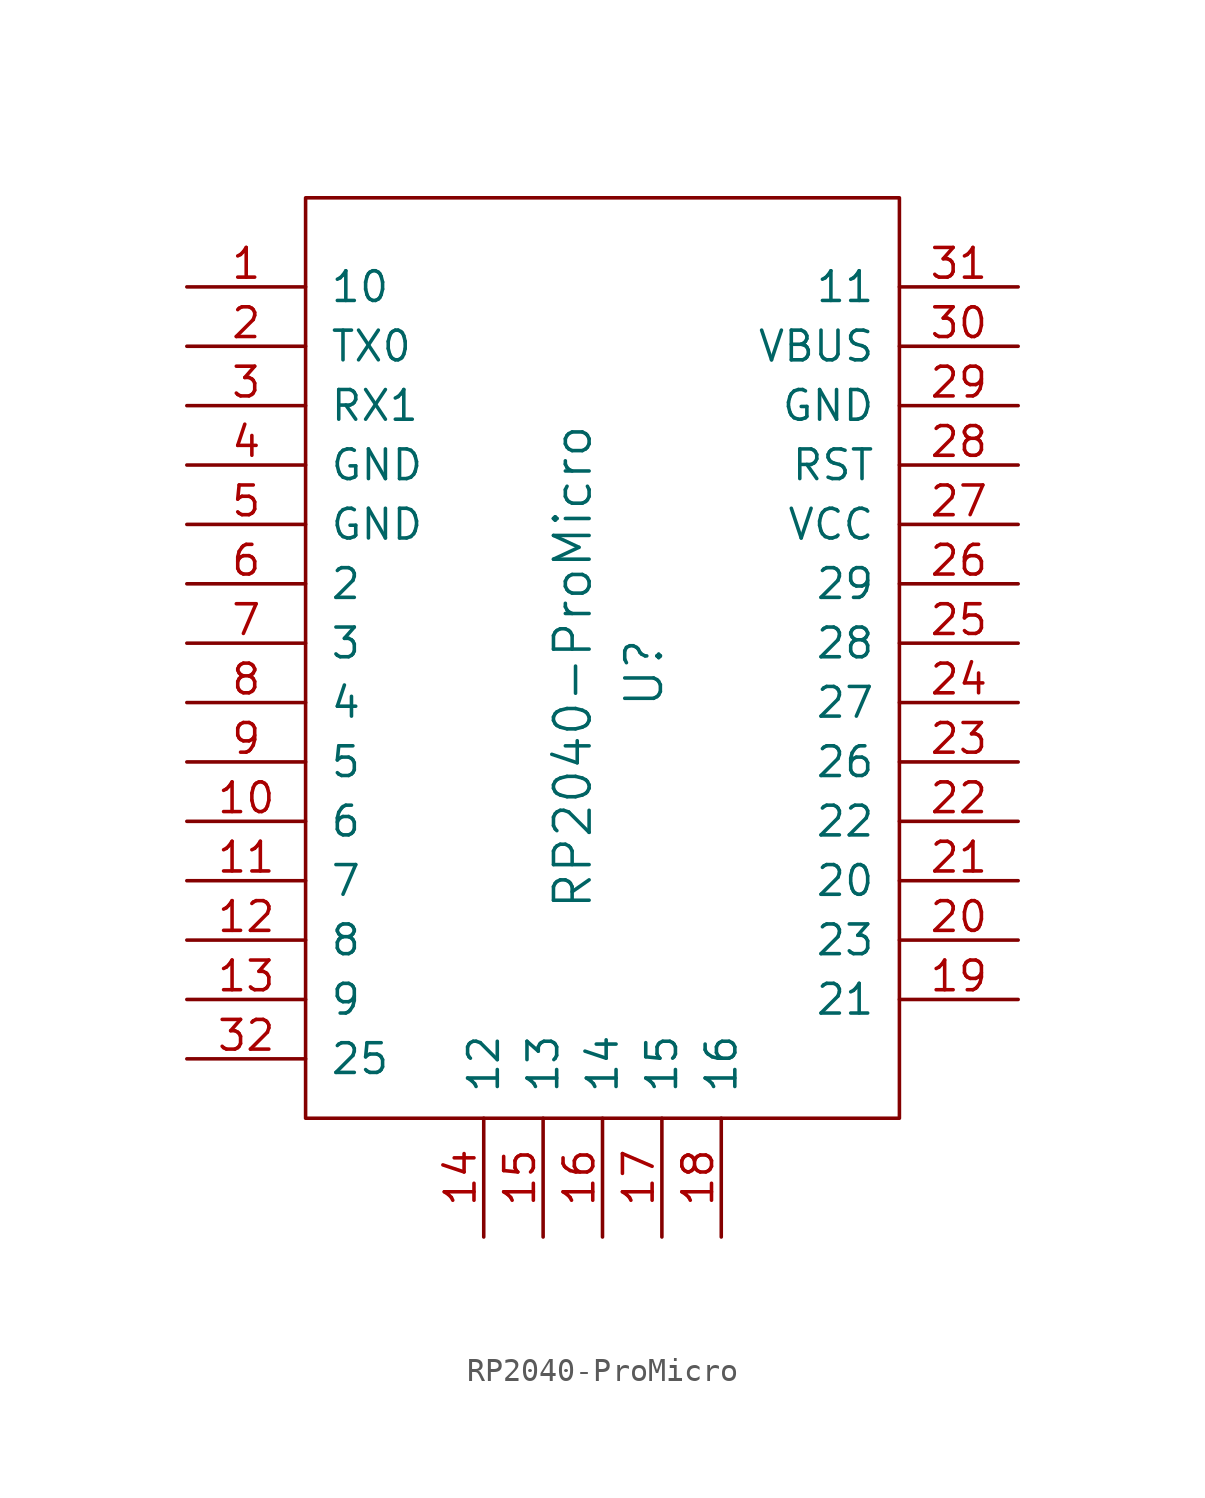
<source format=kicad_sym>
(kicad_symbol_lib
  (version 20231120)
  (generator "kicad_symbol_editor")
  (generator_version "8.0")
  (symbol "RP2040-ProMicro"
    (pin_names
      (offset 1.016))
    (property "Reference" "U"
      (at 1.778 0 90)
      (effects (font (size 1.524 1.524))))
    (property "Value" "RP2040-ProMicro"
      (at -1.27 0.254 90)
      (effects (font (size 1.524 1.524))))
    (symbol "RP2040-ProMicro_0_1"
      (rectangle (start -12.7 20.32) (end 12.7 -19.05) (stroke (width 0) (type solid)) (fill (type none))))
    (symbol "RP2040-ProMicro_1_1"
      (pin input line (at -17.78 16.51 0) (length 5.08) (name "10" (effects (font (size 1.27 1.27)))) (number "1" (effects (font (size 1.27 1.27)))))
      (pin input line (at -17.78 -6.35 0) (length 5.08) (name "6" (effects (font (size 1.27 1.27)))) (number "10" (effects (font (size 1.27 1.27)))))
      (pin input line (at -17.78 -8.89 0) (length 5.08) (name "7" (effects (font (size 1.27 1.27)))) (number "11" (effects (font (size 1.27 1.27)))))
      (pin input line (at -17.78 -11.43 0) (length 5.08) (name "8" (effects (font (size 1.27 1.27)))) (number "12" (effects (font (size 1.27 1.27)))))
      (pin input line (at -17.78 -13.97 0) (length 5.08) (name "9" (effects (font (size 1.27 1.27)))) (number "13" (effects (font (size 1.27 1.27)))))
      (pin input line (at -5.08 -24.13 90) (length 5.08) (name "12" (effects (font (size 1.27 1.27)))) (number "14" (effects (font (size 1.27 1.27)))))
      (pin input line (at -2.54 -24.13 90) (length 5.08) (name "13" (effects (font (size 1.27 1.27)))) (number "15" (effects (font (size 1.27 1.27)))))
      (pin input line (at 0 -24.13 90) (length 5.08) (name "14" (effects (font (size 1.27 1.27)))) (number "16" (effects (font (size 1.27 1.27)))))
      (pin input line (at 2.54 -24.13 90) (length 5.08) (name "15" (effects (font (size 1.27 1.27)))) (number "17" (effects (font (size 1.27 1.27)))))
      (pin input line (at 5.08 -24.13 90) (length 5.08) (name "16" (effects (font (size 1.27 1.27)))) (number "18" (effects (font (size 1.27 1.27)))))
      (pin input line (at 17.78 -13.97 180) (length 5.08) (name "21" (effects (font (size 1.27 1.27)))) (number "19" (effects (font (size 1.27 1.27)))))
      (pin input line (at -17.78 13.97 0) (length 5.08) (name "TX0" (effects (font (size 1.27 1.27)))) (number "2" (effects (font (size 1.27 1.27)))))
      (pin input line (at 17.78 -11.43 180) (length 5.08) (name "23" (effects (font (size 1.27 1.27)))) (number "20" (effects (font (size 1.27 1.27)))))
      (pin input line (at 17.78 -8.89 180) (length 5.08) (name "20" (effects (font (size 1.27 1.27)))) (number "21" (effects (font (size 1.27 1.27)))))
      (pin input line (at 17.78 -6.35 180) (length 5.08) (name "22" (effects (font (size 1.27 1.27)))) (number "22" (effects (font (size 1.27 1.27)))))
      (pin input line (at 17.78 -3.81 180) (length 5.08) (name "26" (effects (font (size 1.27 1.27)))) (number "23" (effects (font (size 1.27 1.27)))))
      (pin input line (at 17.78 -1.27 180) (length 5.08) (name "27" (effects (font (size 1.27 1.27)))) (number "24" (effects (font (size 1.27 1.27)))))
      (pin input line (at 17.78 1.27 180) (length 5.08) (name "28" (effects (font (size 1.27 1.27)))) (number "25" (effects (font (size 1.27 1.27)))))
      (pin input line (at 17.78 3.81 180) (length 5.08) (name "29" (effects (font (size 1.27 1.27)))) (number "26" (effects (font (size 1.27 1.27)))))
      (pin input line (at 17.78 6.35 180) (length 5.08) (name "VCC" (effects (font (size 1.27 1.27)))) (number "27" (effects (font (size 1.27 1.27)))))
      (pin input line (at 17.78 8.89 180) (length 5.08) (name "RST" (effects (font (size 1.27 1.27)))) (number "28" (effects (font (size 1.27 1.27)))))
      (pin input line (at 17.78 11.43 180) (length 5.08) (name "GND" (effects (font (size 1.27 1.27)))) (number "29" (effects (font (size 1.27 1.27)))))
      (pin input line (at -17.78 11.43 0) (length 5.08) (name "RX1" (effects (font (size 1.27 1.27)))) (number "3" (effects (font (size 1.27 1.27)))))
      (pin input line (at 17.78 13.97 180) (length 5.08) (name "VBUS" (effects (font (size 1.27 1.27)))) (number "30" (effects (font (size 1.27 1.27)))))
      (pin input line (at 17.78 16.51 180) (length 5.08) (name "11" (effects (font (size 1.27 1.27)))) (number "31" (effects (font (size 1.27 1.27)))))
      (pin input line (at -17.78 -16.51 0) (length 5.08) (name "25" (effects (font (size 1.27 1.27)))) (number "32" (effects (font (size 1.27 1.27)))))
      (pin input line (at -17.78 8.89 0) (length 5.08) (name "GND" (effects (font (size 1.27 1.27)))) (number "4" (effects (font (size 1.27 1.27)))))
      (pin input line (at -17.78 6.35 0) (length 5.08) (name "GND" (effects (font (size 1.27 1.27)))) (number "5" (effects (font (size 1.27 1.27)))))
      (pin input line (at -17.78 3.81 0) (length 5.08) (name "2" (effects (font (size 1.27 1.27)))) (number "6" (effects (font (size 1.27 1.27)))))
      (pin input line (at -17.78 1.27 0) (length 5.08) (name "3" (effects (font (size 1.27 1.27)))) (number "7" (effects (font (size 1.27 1.27)))))
      (pin input line (at -17.78 -1.27 0) (length 5.08) (name "4" (effects (font (size 1.27 1.27)))) (number "8" (effects (font (size 1.27 1.27)))))
      (pin input line (at -17.78 -3.81 0) (length 5.08) (name "5" (effects (font (size 1.27 1.27)))) (number "9" (effects (font (size 1.27 1.27))))))))
</source>
